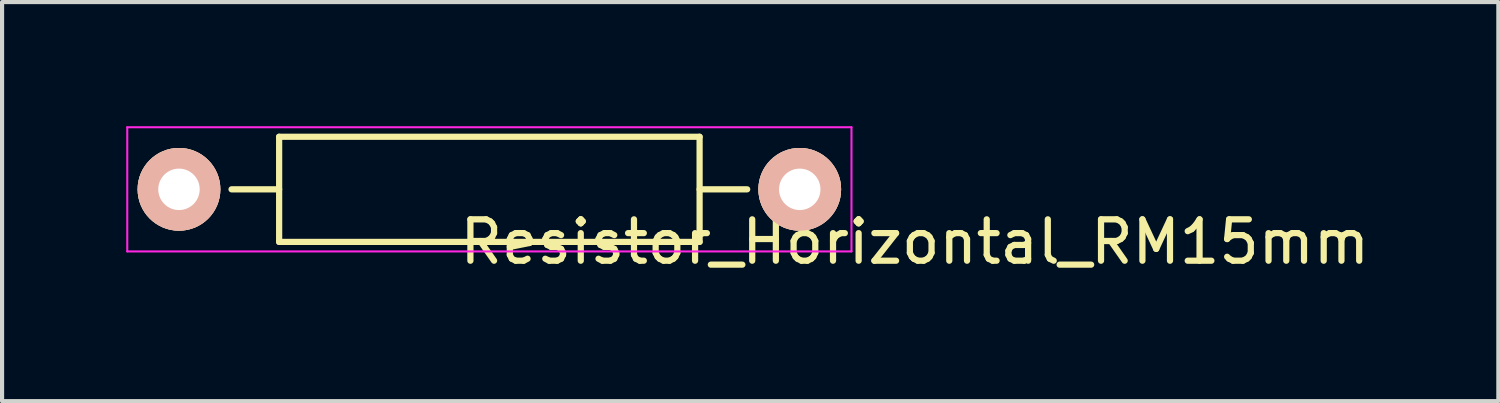
<source format=kicad_pcb>
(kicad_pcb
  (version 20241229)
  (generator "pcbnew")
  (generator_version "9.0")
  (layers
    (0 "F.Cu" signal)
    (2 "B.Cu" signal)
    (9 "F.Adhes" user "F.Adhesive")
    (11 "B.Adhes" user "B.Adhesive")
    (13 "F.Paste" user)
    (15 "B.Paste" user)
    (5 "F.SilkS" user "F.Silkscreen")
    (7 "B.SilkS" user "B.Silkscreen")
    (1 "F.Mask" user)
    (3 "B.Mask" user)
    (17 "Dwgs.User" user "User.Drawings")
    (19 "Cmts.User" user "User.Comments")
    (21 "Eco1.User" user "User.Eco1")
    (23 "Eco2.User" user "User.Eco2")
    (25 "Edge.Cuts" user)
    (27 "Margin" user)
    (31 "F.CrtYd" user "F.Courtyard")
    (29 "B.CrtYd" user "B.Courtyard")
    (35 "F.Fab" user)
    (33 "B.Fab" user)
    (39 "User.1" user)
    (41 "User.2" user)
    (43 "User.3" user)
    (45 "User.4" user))
  (footprint "Resistor_Horizontal_RM15mm"
    (layer "F.Cu")
    (at 1.275 1.525)
    (property "Reference" "Resistor_Horizontal_RM15mm" (at 17.78 1.27 0) (layer "F.SilkS") (effects (font (size 1 1) (thickness 0.15))))
    (attr through_hole)
    (fp_line (start 1.27 0) (end 2.42 0) (stroke (width 0.15) (type solid)) (layer "F.SilkS"))
    (fp_line (start 2.42 -1.27) (end 2.42 1.27) (stroke (width 0.15) (type solid)) (layer "F.SilkS"))
    (fp_line (start 2.42 1.27) (end 12.58 1.27) (stroke (width 0.15) (type solid)) (layer "F.SilkS"))
    (fp_line (start 12.58 -1.27) (end 2.42 -1.27) (stroke (width 0.15) (type solid)) (layer "F.SilkS"))
    (fp_line (start 12.58 1.27) (end 12.58 -1.27) (stroke (width 0.15) (type solid)) (layer "F.SilkS"))
    (fp_line (start 13.73 0) (end 12.58 0) (stroke (width 0.15) (type solid)) (layer "F.SilkS"))
    (fp_line (start -1.25 -1.5) (end 16.25 -1.5) (stroke (width 0.05) (type solid)) (layer "F.CrtYd"))
    (fp_line (start -1.25 1.5) (end -1.25 -1.5) (stroke (width 0.05) (type solid)) (layer "F.CrtYd"))
    (fp_line (start 16.25 -1.5) (end 16.25 1.5) (stroke (width 0.05) (type solid)) (layer "F.CrtYd"))
    (fp_line (start 16.25 1.5) (end -1.25 1.5) (stroke (width 0.05) (type solid)) (layer "F.CrtYd"))
    (pad "1" thru_hole circle (at 0 0) (size 1.999 1.999) (drill 1.001) (layers "*.Cu" "*.SilkS" "*.Mask"))
    (pad "2" thru_hole circle (at 15 0) (size 1.999 1.999) (drill 1.001) (layers "*.Cu" "*.SilkS" "*.Mask")))
  (gr_rect
    (start -3 -3)
    (end 33.156 6.643)
    (stroke (width 0.1) (type default))
    (fill no)
    (layer "Edge.Cuts")))
</source>
